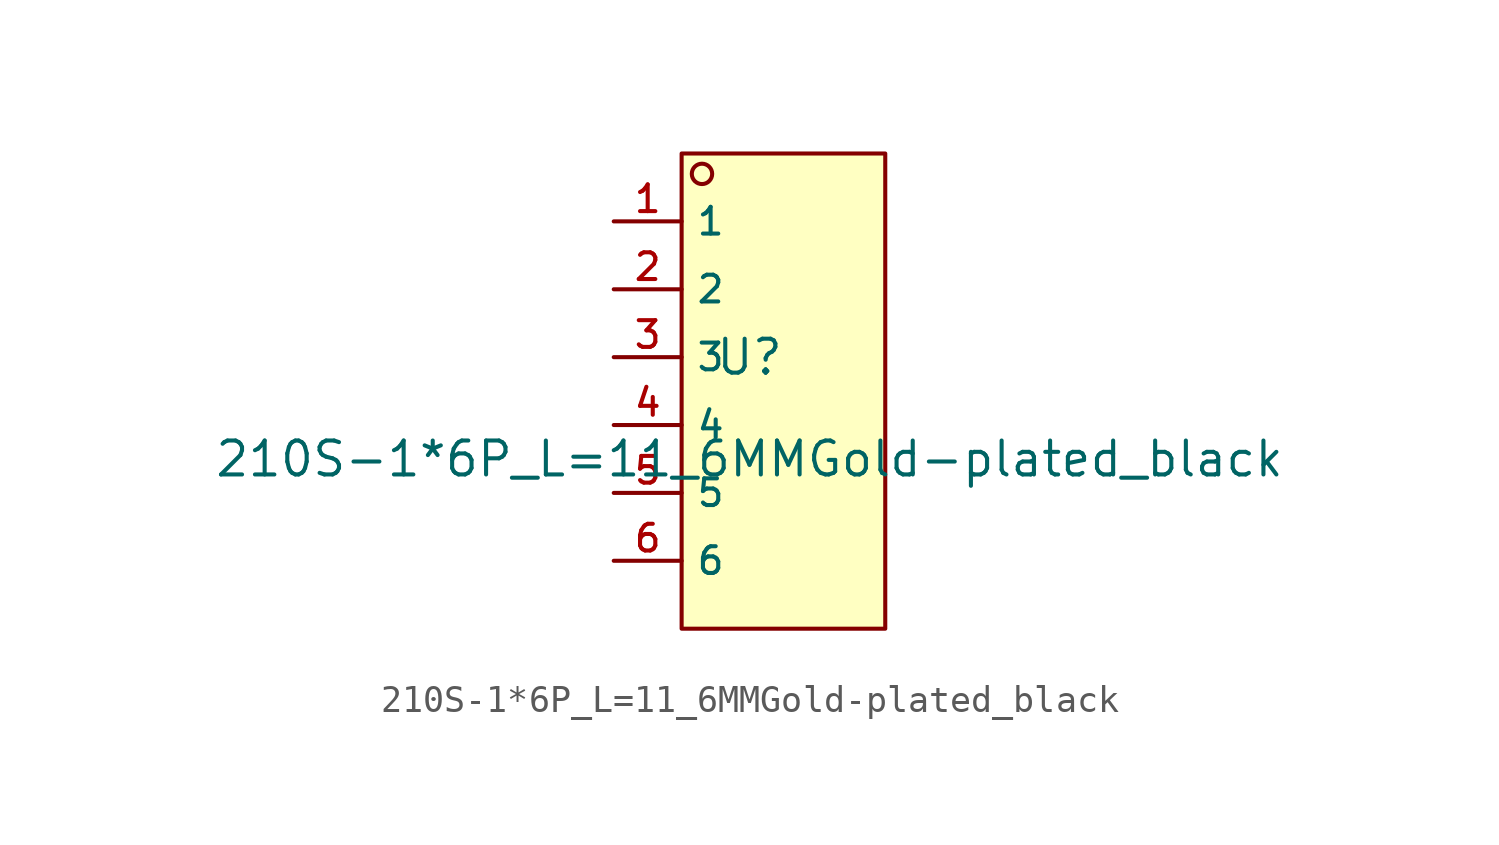
<source format=kicad_sym>
(kicad_symbol_lib
  (version 20210201)
  (generator TousstNicolas/JLC2KiCad_lib)
  (symbol "210S-1*6P_L=11_6MMGold-plated_black"
    (property "Reference" "U"
      (at 0 1.27 0)
      (effects (font (size 1.27 1.27))))
    (property "Value" "210S-1*6P_L=11_6MMGold-plated_black"
      (at 0 -2.54 0)
      (effects (font (size 1.27 1.27))))
    (symbol "210S-1*6P_L=11_6MMGold-plated_black_0_1"
      (rectangle (start -2.54 8.89) (end 5.08 -8.89) (stroke (width 0) (type default) (color 0 0 0 0)) (fill (type background)))
      (circle (center -1.778 8.128) (radius 0.381) (stroke (width 0) (type default) (color 0 0 0 0)) (fill (type background)))
      (pin unspecified line (at -5.08 6.35 0) (length 2.54) (name "1" (effects (font (size 1 1)))) (number "1" (effects (font (size 1 1)))))
      (pin unspecified line (at -5.08 3.81 0) (length 2.54) (name "2" (effects (font (size 1 1)))) (number "2" (effects (font (size 1 1)))))
      (pin unspecified line (at -5.08 1.27 0) (length 2.54) (name "3" (effects (font (size 1 1)))) (number "3" (effects (font (size 1 1)))))
      (pin unspecified line (at -5.08 -1.27 0) (length 2.54) (name "4" (effects (font (size 1 1)))) (number "4" (effects (font (size 1 1)))))
      (pin unspecified line (at -5.08 -3.81 0) (length 2.54) (name "5" (effects (font (size 1 1)))) (number "5" (effects (font (size 1 1)))))
      (pin unspecified line (at -5.08 -6.35 0) (length 2.54) (name "6" (effects (font (size 1 1)))) (number "6" (effects (font (size 1 1))))))))
</source>
